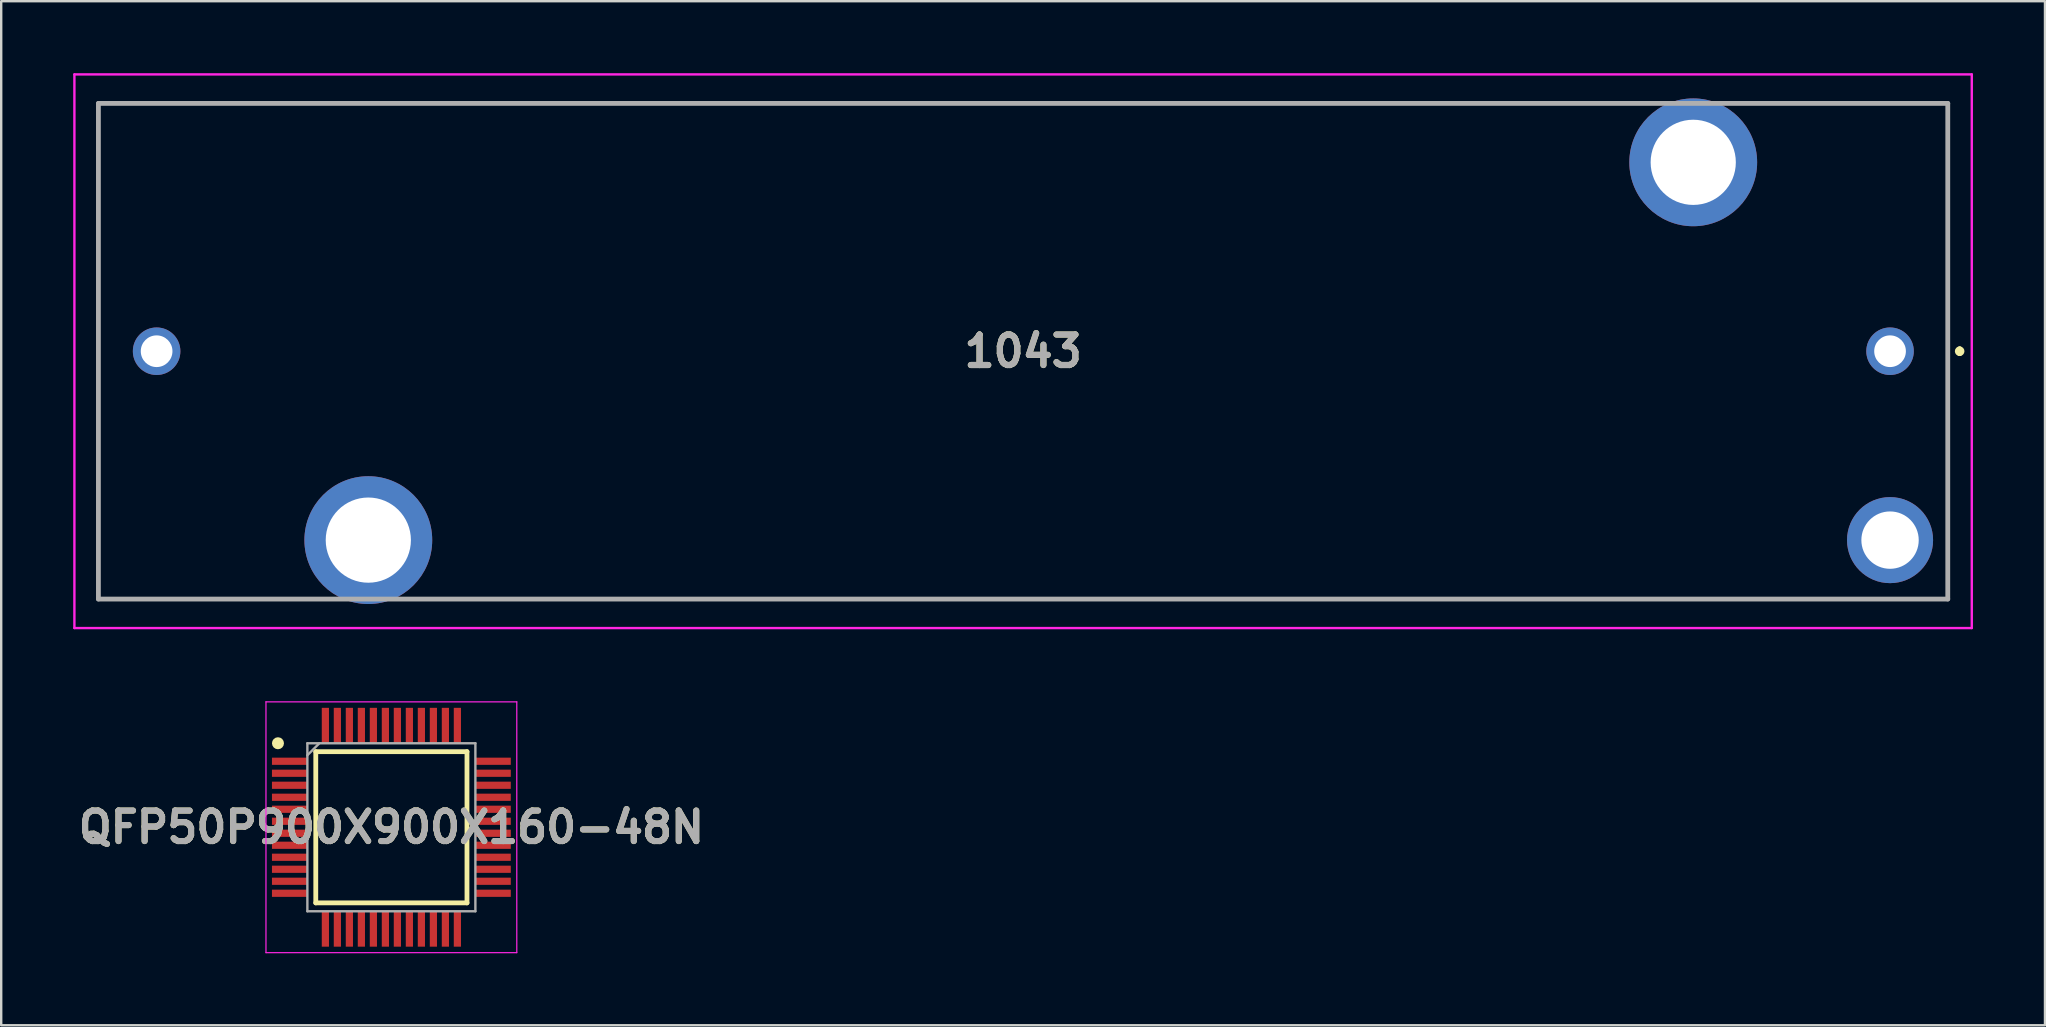
<source format=kicad_pcb>
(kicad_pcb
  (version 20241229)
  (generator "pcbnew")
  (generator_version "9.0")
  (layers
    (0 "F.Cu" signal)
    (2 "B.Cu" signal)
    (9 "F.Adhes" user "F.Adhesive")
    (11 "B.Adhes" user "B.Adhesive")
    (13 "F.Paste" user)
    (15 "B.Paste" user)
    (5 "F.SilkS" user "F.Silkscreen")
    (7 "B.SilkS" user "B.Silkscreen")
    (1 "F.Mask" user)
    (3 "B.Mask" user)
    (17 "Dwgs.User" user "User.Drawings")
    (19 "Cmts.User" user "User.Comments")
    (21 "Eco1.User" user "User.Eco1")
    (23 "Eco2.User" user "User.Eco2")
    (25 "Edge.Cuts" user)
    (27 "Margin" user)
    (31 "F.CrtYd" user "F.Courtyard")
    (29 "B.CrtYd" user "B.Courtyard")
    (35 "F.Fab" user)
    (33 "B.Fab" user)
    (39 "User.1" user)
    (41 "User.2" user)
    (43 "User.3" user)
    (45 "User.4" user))
  (footprint "1043"
    (layer "F.Cu")
    (at 75.695 11.583)
    (property "Reference" "1043" (at -36.12 0 0) (layer "F.SilkS") (effects (font (size 1.27 1.27) (thickness 0.254))))
    (attr through_hole)
    (fp_line (start -74.645 -10.325) (end -74.645 -10.325) (stroke (width 0.1) (type solid)) (layer "F.SilkS"))
    (fp_line (start -74.645 -10.325) (end -74.645 10.325) (stroke (width 0.1) (type solid)) (layer "F.SilkS"))
    (fp_line (start -74.645 10.325) (end -74.645 -10.325) (stroke (width 0.1) (type solid)) (layer "F.SilkS"))
    (fp_line (start -74.645 10.325) (end -74.645 10.325) (stroke (width 0.1) (type solid)) (layer "F.SilkS"))
    (fp_line (start 2.405 -10.325) (end 2.405 -10.325) (stroke (width 0.1) (type solid)) (layer "F.SilkS"))
    (fp_line (start 2.405 -10.325) (end 2.405 10.325) (stroke (width 0.1) (type solid)) (layer "F.SilkS"))
    (fp_line (start 2.405 10.325) (end 2.405 -10.325) (stroke (width 0.1) (type solid)) (layer "F.SilkS"))
    (fp_line (start 2.405 10.325) (end 2.405 10.325) (stroke (width 0.1) (type solid)) (layer "F.SilkS"))
    (fp_line (start 2.9 -0.1) (end 2.9 -0.1) (stroke (width 0.2) (type solid)) (layer "F.SilkS"))
    (fp_line (start 2.9 0.1) (end 2.9 0.1) (stroke (width 0.2) (type solid)) (layer "F.SilkS"))
    (fp_arc (start 2.9 -0.1) (mid 3 0) (end 2.9 0.1) (stroke (width 0.2) (type solid)) (layer "F.SilkS"))
    (fp_arc (start 2.9 0.1) (mid 2.8 0) (end 2.9 -0.1) (stroke (width 0.2) (type solid)) (layer "F.SilkS"))
    (fp_line (start -75.645 -11.533) (end 3.405 -11.533) (stroke (width 0.1) (type solid)) (layer "F.CrtYd"))
    (fp_line (start -75.645 11.533) (end -75.645 -11.533) (stroke (width 0.1) (type solid)) (layer "F.CrtYd"))
    (fp_line (start 3.405 -11.533) (end 3.405 11.533) (stroke (width 0.1) (type solid)) (layer "F.CrtYd"))
    (fp_line (start 3.405 11.533) (end -75.645 11.533) (stroke (width 0.1) (type solid)) (layer "F.CrtYd"))
    (fp_line (start -74.645 -10.325) (end -74.645 10.325) (stroke (width 0.2) (type solid)) (layer "F.Fab"))
    (fp_line (start -74.645 10.325) (end 2.405 10.325) (stroke (width 0.2) (type solid)) (layer "F.Fab"))
    (fp_line (start 2.405 -10.325) (end -74.645 -10.325) (stroke (width 0.2) (type solid)) (layer "F.Fab"))
    (fp_line (start 2.405 10.325) (end 2.405 -10.325) (stroke (width 0.2) (type solid)) (layer "F.Fab"))
    (fp_text user "${REFERENCE}" (at -36.12 0 0) (layer "F.Fab") (effects (font (size 1.27 1.27) (thickness 0.254))))
    (pad "1" thru_hole circle (at 0 0) (size 1.98 1.98) (drill 1.32) (layers "*.Cu" "*.Mask"))
    (pad "2" thru_hole circle (at -72.22 0) (size 1.98 1.98) (drill 1.32) (layers "*.Cu" "*.Mask"))
    (pad "MH1" thru_hole circle (at -63.4 7.87) (size 5.325 5.325) (drill 3.55) (layers "*.Cu" "*.Mask"))
    (pad "MH2" thru_hole circle (at 0 7.87) (size 3.585 3.585) (drill 2.39) (layers "*.Cu" "*.Mask"))
    (pad "MH3" thru_hole circle (at -8.2 -7.87) (size 5.325 5.325) (drill 3.55) (layers "*.Cu" "*.Mask")))
  (footprint "QFP50P900X900X160-48N"
    (layer "F.Cu")
    (at 13.256 31.416)
    (property "Reference" "QFP50P900X900X160-48N" (at 0 0 0) (layer "F.SilkS") (effects (font (size 1.27 1.27) (thickness 0.254))))
    (attr smd)
    (fp_line (start -3.15 -3.15) (end 3.15 -3.15) (stroke (width 0.2) (type solid)) (layer "F.SilkS"))
    (fp_line (start -3.15 3.15) (end -3.15 -3.15) (stroke (width 0.2) (type solid)) (layer "F.SilkS"))
    (fp_line (start 3.15 -3.15) (end 3.15 3.15) (stroke (width 0.2) (type solid)) (layer "F.SilkS"))
    (fp_line (start 3.15 3.15) (end -3.15 3.15) (stroke (width 0.2) (type solid)) (layer "F.SilkS"))
    (fp_circle (center -4.725 -3.5) (end -4.725 -3.375) (stroke (width 0.25) (type solid)) (fill no) (layer "F.SilkS"))
    (fp_line (start -5.225 -5.225) (end 5.225 -5.225) (stroke (width 0.05) (type solid)) (layer "F.CrtYd"))
    (fp_line (start -5.225 5.225) (end -5.225 -5.225) (stroke (width 0.05) (type solid)) (layer "F.CrtYd"))
    (fp_line (start 5.225 -5.225) (end 5.225 5.225) (stroke (width 0.05) (type solid)) (layer "F.CrtYd"))
    (fp_line (start 5.225 5.225) (end -5.225 5.225) (stroke (width 0.05) (type solid)) (layer "F.CrtYd"))
    (fp_line (start -3.5 -3.5) (end 3.5 -3.5) (stroke (width 0.1) (type solid)) (layer "F.Fab"))
    (fp_line (start -3.5 -3) (end -3 -3.5) (stroke (width 0.1) (type solid)) (layer "F.Fab"))
    (fp_line (start -3.5 3.5) (end -3.5 -3.5) (stroke (width 0.1) (type solid)) (layer "F.Fab"))
    (fp_line (start 3.5 -3.5) (end 3.5 3.5) (stroke (width 0.1) (type solid)) (layer "F.Fab"))
    (fp_line (start 3.5 3.5) (end -3.5 3.5) (stroke (width 0.1) (type solid)) (layer "F.Fab"))
    (fp_text user "${REFERENCE}" (at 0 0 0) (layer "F.Fab") (effects (font (size 1.27 1.27) (thickness 0.254))))
    (pad "1" smd rect (at -4.238 -2.75 90) (size 0.3 1.475) (layers "F.Cu" "F.Mask" "F.Paste"))
    (pad "2" smd rect (at -4.238 -2.25 90) (size 0.3 1.475) (layers "F.Cu" "F.Mask" "F.Paste"))
    (pad "3" smd rect (at -4.238 -1.75 90) (size 0.3 1.475) (layers "F.Cu" "F.Mask" "F.Paste"))
    (pad "4" smd rect (at -4.238 -1.25 90) (size 0.3 1.475) (layers "F.Cu" "F.Mask" "F.Paste"))
    (pad "5" smd rect (at -4.238 -0.75 90) (size 0.3 1.475) (layers "F.Cu" "F.Mask" "F.Paste"))
    (pad "6" smd rect (at -4.238 -0.25 90) (size 0.3 1.475) (layers "F.Cu" "F.Mask" "F.Paste"))
    (pad "7" smd rect (at -4.238 0.25 90) (size 0.3 1.475) (layers "F.Cu" "F.Mask" "F.Paste"))
    (pad "8" smd rect (at -4.238 0.75 90) (size 0.3 1.475) (layers "F.Cu" "F.Mask" "F.Paste"))
    (pad "9" smd rect (at -4.238 1.25 90) (size 0.3 1.475) (layers "F.Cu" "F.Mask" "F.Paste"))
    (pad "10" smd rect (at -4.238 1.75 90) (size 0.3 1.475) (layers "F.Cu" "F.Mask" "F.Paste"))
    (pad "11" smd rect (at -4.238 2.25 90) (size 0.3 1.475) (layers "F.Cu" "F.Mask" "F.Paste"))
    (pad "12" smd rect (at -4.238 2.75 90) (size 0.3 1.475) (layers "F.Cu" "F.Mask" "F.Paste"))
    (pad "13" smd rect (at -2.75 4.238) (size 0.3 1.475) (layers "F.Cu" "F.Mask" "F.Paste"))
    (pad "14" smd rect (at -2.25 4.238) (size 0.3 1.475) (layers "F.Cu" "F.Mask" "F.Paste"))
    (pad "15" smd rect (at -1.75 4.238) (size 0.3 1.475) (layers "F.Cu" "F.Mask" "F.Paste"))
    (pad "16" smd rect (at -1.25 4.238) (size 0.3 1.475) (layers "F.Cu" "F.Mask" "F.Paste"))
    (pad "17" smd rect (at -0.75 4.238) (size 0.3 1.475) (layers "F.Cu" "F.Mask" "F.Paste"))
    (pad "18" smd rect (at -0.25 4.238) (size 0.3 1.475) (layers "F.Cu" "F.Mask" "F.Paste"))
    (pad "19" smd rect (at 0.25 4.238) (size 0.3 1.475) (layers "F.Cu" "F.Mask" "F.Paste"))
    (pad "20" smd rect (at 0.75 4.238) (size 0.3 1.475) (layers "F.Cu" "F.Mask" "F.Paste"))
    (pad "21" smd rect (at 1.25 4.238) (size 0.3 1.475) (layers "F.Cu" "F.Mask" "F.Paste"))
    (pad "22" smd rect (at 1.75 4.238) (size 0.3 1.475) (layers "F.Cu" "F.Mask" "F.Paste"))
    (pad "23" smd rect (at 2.25 4.238) (size 0.3 1.475) (layers "F.Cu" "F.Mask" "F.Paste"))
    (pad "24" smd rect (at 2.75 4.238) (size 0.3 1.475) (layers "F.Cu" "F.Mask" "F.Paste"))
    (pad "25" smd rect (at 4.238 2.75 90) (size 0.3 1.475) (layers "F.Cu" "F.Mask" "F.Paste"))
    (pad "26" smd rect (at 4.238 2.25 90) (size 0.3 1.475) (layers "F.Cu" "F.Mask" "F.Paste"))
    (pad "27" smd rect (at 4.238 1.75 90) (size 0.3 1.475) (layers "F.Cu" "F.Mask" "F.Paste"))
    (pad "28" smd rect (at 4.238 1.25 90) (size 0.3 1.475) (layers "F.Cu" "F.Mask" "F.Paste"))
    (pad "29" smd rect (at 4.238 0.75 90) (size 0.3 1.475) (layers "F.Cu" "F.Mask" "F.Paste"))
    (pad "30" smd rect (at 4.238 0.25 90) (size 0.3 1.475) (layers "F.Cu" "F.Mask" "F.Paste"))
    (pad "31" smd rect (at 4.238 -0.25 90) (size 0.3 1.475) (layers "F.Cu" "F.Mask" "F.Paste"))
    (pad "32" smd rect (at 4.238 -0.75 90) (size 0.3 1.475) (layers "F.Cu" "F.Mask" "F.Paste"))
    (pad "33" smd rect (at 4.238 -1.25 90) (size 0.3 1.475) (layers "F.Cu" "F.Mask" "F.Paste"))
    (pad "34" smd rect (at 4.238 -1.75 90) (size 0.3 1.475) (layers "F.Cu" "F.Mask" "F.Paste"))
    (pad "35" smd rect (at 4.238 -2.25 90) (size 0.3 1.475) (layers "F.Cu" "F.Mask" "F.Paste"))
    (pad "36" smd rect (at 4.238 -2.75 90) (size 0.3 1.475) (layers "F.Cu" "F.Mask" "F.Paste"))
    (pad "37" smd rect (at 2.75 -4.238) (size 0.3 1.475) (layers "F.Cu" "F.Mask" "F.Paste"))
    (pad "38" smd rect (at 2.25 -4.238) (size 0.3 1.475) (layers "F.Cu" "F.Mask" "F.Paste"))
    (pad "39" smd rect (at 1.75 -4.238) (size 0.3 1.475) (layers "F.Cu" "F.Mask" "F.Paste"))
    (pad "40" smd rect (at 1.25 -4.238) (size 0.3 1.475) (layers "F.Cu" "F.Mask" "F.Paste"))
    (pad "41" smd rect (at 0.75 -4.238) (size 0.3 1.475) (layers "F.Cu" "F.Mask" "F.Paste"))
    (pad "42" smd rect (at 0.25 -4.238) (size 0.3 1.475) (layers "F.Cu" "F.Mask" "F.Paste"))
    (pad "43" smd rect (at -0.25 -4.238) (size 0.3 1.475) (layers "F.Cu" "F.Mask" "F.Paste"))
    (pad "44" smd rect (at -0.75 -4.238) (size 0.3 1.475) (layers "F.Cu" "F.Mask" "F.Paste"))
    (pad "45" smd rect (at -1.25 -4.238) (size 0.3 1.475) (layers "F.Cu" "F.Mask" "F.Paste"))
    (pad "46" smd rect (at -1.75 -4.238) (size 0.3 1.475) (layers "F.Cu" "F.Mask" "F.Paste"))
    (pad "47" smd rect (at -2.25 -4.238) (size 0.3 1.475) (layers "F.Cu" "F.Mask" "F.Paste"))
    (pad "48" smd rect (at -2.75 -4.238) (size 0.3 1.475) (layers "F.Cu" "F.Mask" "F.Paste")))
  (gr_rect
    (start -3 -3)
    (end 82.15 39.666)
    (stroke (width 0.1) (type default))
    (fill no)
    (layer "Edge.Cuts")))
</source>
